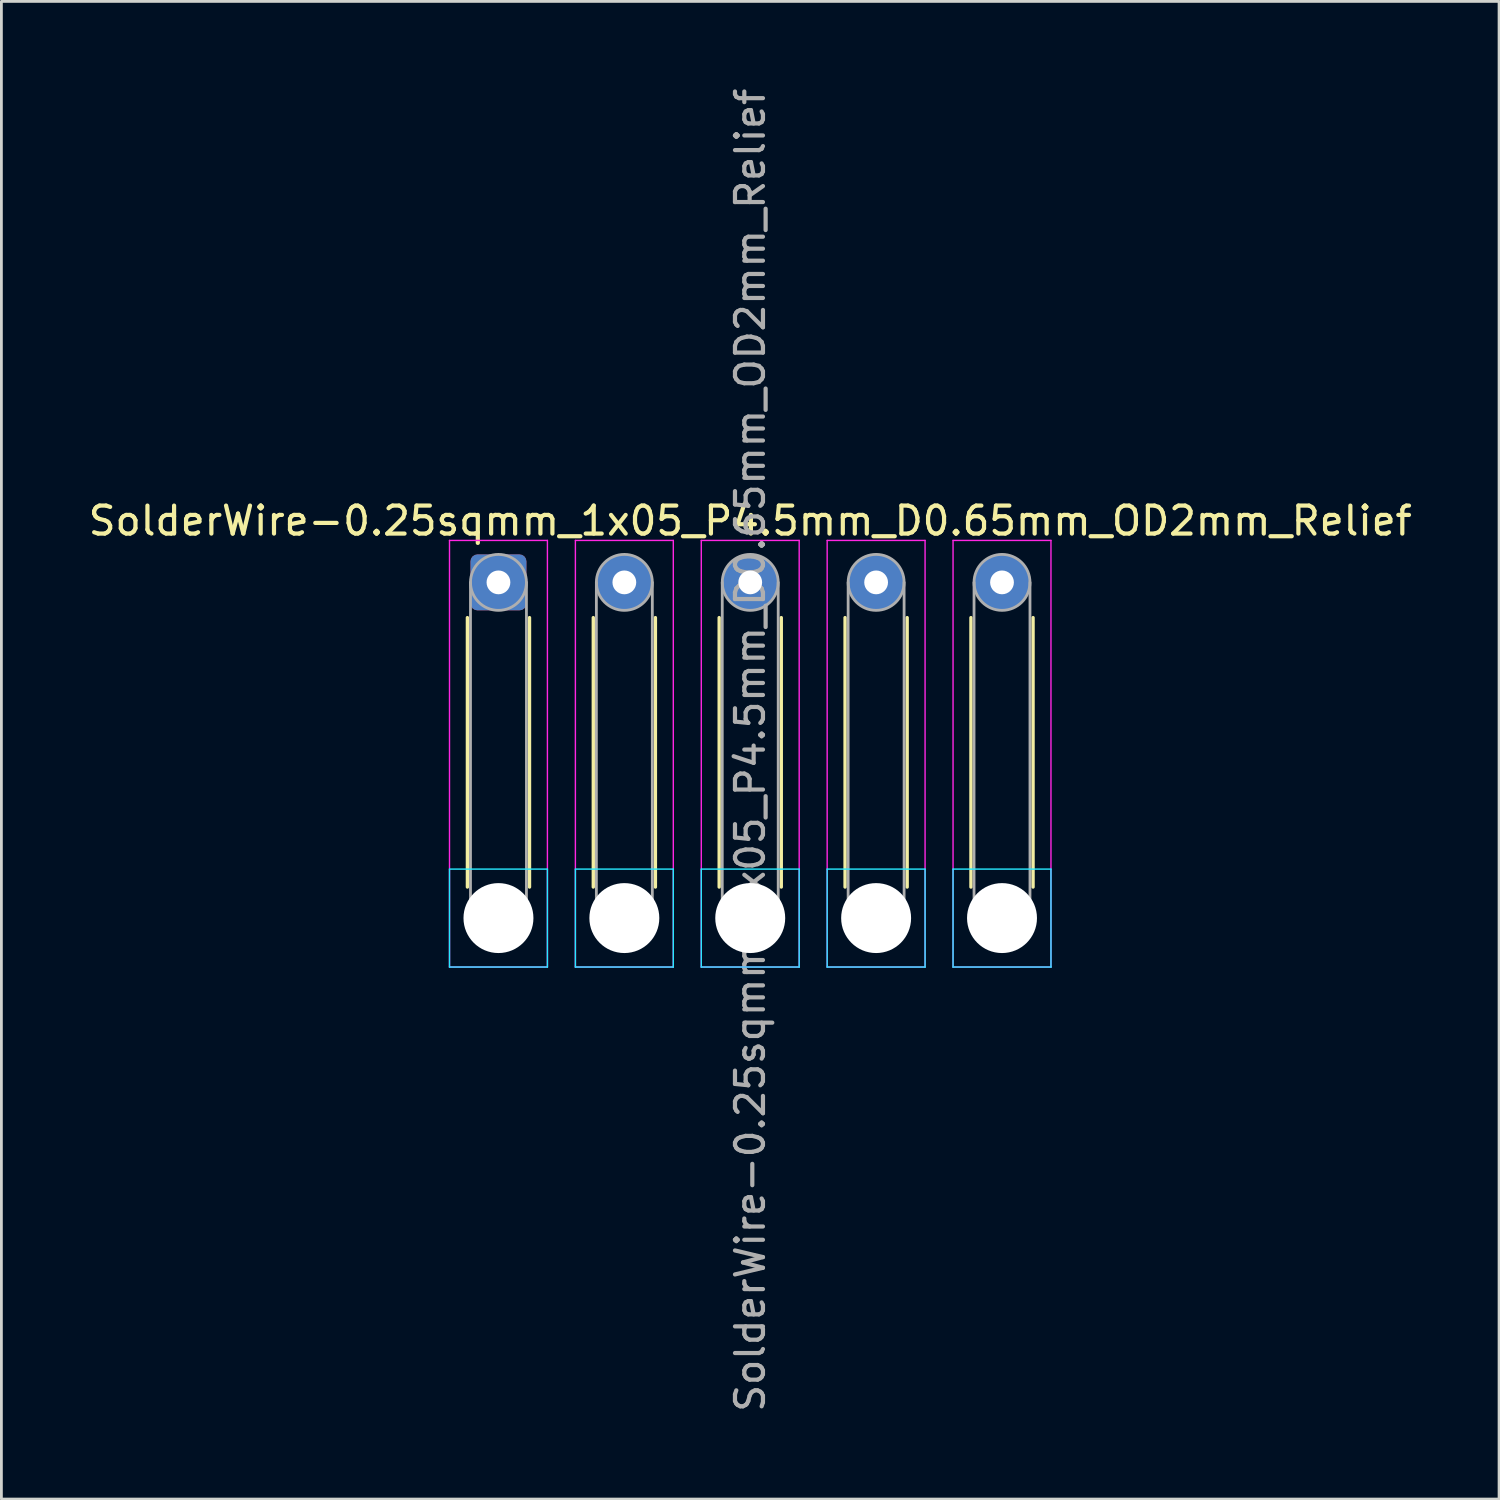
<source format=kicad_pcb>
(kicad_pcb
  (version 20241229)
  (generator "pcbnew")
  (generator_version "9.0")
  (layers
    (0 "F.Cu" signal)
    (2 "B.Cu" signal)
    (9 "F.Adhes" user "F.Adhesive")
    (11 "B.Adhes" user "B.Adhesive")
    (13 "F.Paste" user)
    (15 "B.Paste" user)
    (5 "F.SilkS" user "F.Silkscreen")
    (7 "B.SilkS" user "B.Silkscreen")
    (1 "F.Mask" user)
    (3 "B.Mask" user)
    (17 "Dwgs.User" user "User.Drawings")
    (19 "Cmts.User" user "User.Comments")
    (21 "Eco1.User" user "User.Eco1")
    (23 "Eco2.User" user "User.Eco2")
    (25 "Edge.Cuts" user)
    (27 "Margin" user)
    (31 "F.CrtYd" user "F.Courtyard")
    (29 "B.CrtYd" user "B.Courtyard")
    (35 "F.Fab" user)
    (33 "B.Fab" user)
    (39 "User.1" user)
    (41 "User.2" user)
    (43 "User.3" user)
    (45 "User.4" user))
  (footprint "SolderWire-0.25sqmm_1x05_P4.5mm_D0.65mm_OD2mm_Relief"
    (layer "F.Cu")
    (at 14.768 17.768)
    (property "Reference" "SolderWire-0.25sqmm_1x05_P4.5mm_D0.65mm_OD2mm_Relief" (at 9 -2.2 0) (layer "F.SilkS") (effects (font (size 1 1) (thickness 0.15))))
    (attr exclude_from_pos_files exclude_from_bom)
    (fp_line (start -1.11 1.26) (end -1.11 10.89) (stroke (width 0.12) (type solid)) (layer "F.SilkS"))
    (fp_line (start 1.11 1.26) (end 1.11 10.89) (stroke (width 0.12) (type solid)) (layer "F.SilkS"))
    (fp_line (start 3.39 1.26) (end 3.39 10.89) (stroke (width 0.12) (type solid)) (layer "F.SilkS"))
    (fp_line (start 5.61 1.26) (end 5.61 10.89) (stroke (width 0.12) (type solid)) (layer "F.SilkS"))
    (fp_line (start 7.89 1.26) (end 7.89 10.89) (stroke (width 0.12) (type solid)) (layer "F.SilkS"))
    (fp_line (start 10.11 1.26) (end 10.11 10.89) (stroke (width 0.12) (type solid)) (layer "F.SilkS"))
    (fp_line (start 12.39 1.26) (end 12.39 10.89) (stroke (width 0.12) (type solid)) (layer "F.SilkS"))
    (fp_line (start 14.61 1.26) (end 14.61 10.89) (stroke (width 0.12) (type solid)) (layer "F.SilkS"))
    (fp_line (start 16.89 1.26) (end 16.89 10.89) (stroke (width 0.12) (type solid)) (layer "F.SilkS"))
    (fp_line (start 19.11 1.26) (end 19.11 10.89) (stroke (width 0.12) (type solid)) (layer "F.SilkS"))
    (fp_line (start -1.75 10.25) (end -1.75 13.75) (stroke (width 0.05) (type solid)) (layer "B.CrtYd"))
    (fp_line (start -1.75 13.75) (end 1.75 13.75) (stroke (width 0.05) (type solid)) (layer "B.CrtYd"))
    (fp_line (start 1.75 10.25) (end -1.75 10.25) (stroke (width 0.05) (type solid)) (layer "B.CrtYd"))
    (fp_line (start 1.75 13.75) (end 1.75 10.25) (stroke (width 0.05) (type solid)) (layer "B.CrtYd"))
    (fp_line (start 2.75 10.25) (end 2.75 13.75) (stroke (width 0.05) (type solid)) (layer "B.CrtYd"))
    (fp_line (start 2.75 13.75) (end 6.25 13.75) (stroke (width 0.05) (type solid)) (layer "B.CrtYd"))
    (fp_line (start 6.25 10.25) (end 2.75 10.25) (stroke (width 0.05) (type solid)) (layer "B.CrtYd"))
    (fp_line (start 6.25 13.75) (end 6.25 10.25) (stroke (width 0.05) (type solid)) (layer "B.CrtYd"))
    (fp_line (start 7.25 10.25) (end 7.25 13.75) (stroke (width 0.05) (type solid)) (layer "B.CrtYd"))
    (fp_line (start 7.25 13.75) (end 10.75 13.75) (stroke (width 0.05) (type solid)) (layer "B.CrtYd"))
    (fp_line (start 10.75 10.25) (end 7.25 10.25) (stroke (width 0.05) (type solid)) (layer "B.CrtYd"))
    (fp_line (start 10.75 13.75) (end 10.75 10.25) (stroke (width 0.05) (type solid)) (layer "B.CrtYd"))
    (fp_line (start 11.75 10.25) (end 11.75 13.75) (stroke (width 0.05) (type solid)) (layer "B.CrtYd"))
    (fp_line (start 11.75 13.75) (end 15.25 13.75) (stroke (width 0.05) (type solid)) (layer "B.CrtYd"))
    (fp_line (start 15.25 10.25) (end 11.75 10.25) (stroke (width 0.05) (type solid)) (layer "B.CrtYd"))
    (fp_line (start 15.25 13.75) (end 15.25 10.25) (stroke (width 0.05) (type solid)) (layer "B.CrtYd"))
    (fp_line (start 16.25 10.25) (end 16.25 13.75) (stroke (width 0.05) (type solid)) (layer "B.CrtYd"))
    (fp_line (start 16.25 13.75) (end 19.75 13.75) (stroke (width 0.05) (type solid)) (layer "B.CrtYd"))
    (fp_line (start 19.75 10.25) (end 16.25 10.25) (stroke (width 0.05) (type solid)) (layer "B.CrtYd"))
    (fp_line (start 19.75 13.75) (end 19.75 10.25) (stroke (width 0.05) (type solid)) (layer "B.CrtYd"))
    (fp_line (start -1.75 -1.5) (end -1.75 13.75) (stroke (width 0.05) (type solid)) (layer "F.CrtYd"))
    (fp_line (start -1.75 13.75) (end 1.75 13.75) (stroke (width 0.05) (type solid)) (layer "F.CrtYd"))
    (fp_line (start 1.75 -1.5) (end -1.75 -1.5) (stroke (width 0.05) (type solid)) (layer "F.CrtYd"))
    (fp_line (start 1.75 13.75) (end 1.75 -1.5) (stroke (width 0.05) (type solid)) (layer "F.CrtYd"))
    (fp_line (start 2.75 -1.5) (end 2.75 13.75) (stroke (width 0.05) (type solid)) (layer "F.CrtYd"))
    (fp_line (start 2.75 13.75) (end 6.25 13.75) (stroke (width 0.05) (type solid)) (layer "F.CrtYd"))
    (fp_line (start 6.25 -1.5) (end 2.75 -1.5) (stroke (width 0.05) (type solid)) (layer "F.CrtYd"))
    (fp_line (start 6.25 13.75) (end 6.25 -1.5) (stroke (width 0.05) (type solid)) (layer "F.CrtYd"))
    (fp_line (start 7.25 -1.5) (end 7.25 13.75) (stroke (width 0.05) (type solid)) (layer "F.CrtYd"))
    (fp_line (start 7.25 13.75) (end 10.75 13.75) (stroke (width 0.05) (type solid)) (layer "F.CrtYd"))
    (fp_line (start 10.75 -1.5) (end 7.25 -1.5) (stroke (width 0.05) (type solid)) (layer "F.CrtYd"))
    (fp_line (start 10.75 13.75) (end 10.75 -1.5) (stroke (width 0.05) (type solid)) (layer "F.CrtYd"))
    (fp_line (start 11.75 -1.5) (end 11.75 13.75) (stroke (width 0.05) (type solid)) (layer "F.CrtYd"))
    (fp_line (start 11.75 13.75) (end 15.25 13.75) (stroke (width 0.05) (type solid)) (layer "F.CrtYd"))
    (fp_line (start 15.25 -1.5) (end 11.75 -1.5) (stroke (width 0.05) (type solid)) (layer "F.CrtYd"))
    (fp_line (start 15.25 13.75) (end 15.25 -1.5) (stroke (width 0.05) (type solid)) (layer "F.CrtYd"))
    (fp_line (start 16.25 -1.5) (end 16.25 13.75) (stroke (width 0.05) (type solid)) (layer "F.CrtYd"))
    (fp_line (start 16.25 13.75) (end 19.75 13.75) (stroke (width 0.05) (type solid)) (layer "F.CrtYd"))
    (fp_line (start 19.75 -1.5) (end 16.25 -1.5) (stroke (width 0.05) (type solid)) (layer "F.CrtYd"))
    (fp_line (start 19.75 13.75) (end 19.75 -1.5) (stroke (width 0.05) (type solid)) (layer "F.CrtYd"))
    (fp_line (start -1 0) (end -1 12) (stroke (width 0.1) (type solid)) (layer "F.Fab"))
    (fp_line (start 1 0) (end 1 12) (stroke (width 0.1) (type solid)) (layer "F.Fab"))
    (fp_line (start 3.5 0) (end 3.5 12) (stroke (width 0.1) (type solid)) (layer "F.Fab"))
    (fp_line (start 5.5 0) (end 5.5 12) (stroke (width 0.1) (type solid)) (layer "F.Fab"))
    (fp_line (start 8 0) (end 8 12) (stroke (width 0.1) (type solid)) (layer "F.Fab"))
    (fp_line (start 10 0) (end 10 12) (stroke (width 0.1) (type solid)) (layer "F.Fab"))
    (fp_line (start 12.5 0) (end 12.5 12) (stroke (width 0.1) (type solid)) (layer "F.Fab"))
    (fp_line (start 14.5 0) (end 14.5 12) (stroke (width 0.1) (type solid)) (layer "F.Fab"))
    (fp_line (start 17 0) (end 17 12) (stroke (width 0.1) (type solid)) (layer "F.Fab"))
    (fp_line (start 19 0) (end 19 12) (stroke (width 0.1) (type solid)) (layer "F.Fab"))
    (fp_circle (center 0 0) (end 1 0) (stroke (width 0.1) (type solid)) (fill no) (layer "F.Fab"))
    (fp_circle (center 0 12) (end 1 12) (stroke (width 0.1) (type solid)) (fill no) (layer "F.Fab"))
    (fp_circle (center 4.5 0) (end 5.5 0) (stroke (width 0.1) (type solid)) (fill no) (layer "F.Fab"))
    (fp_circle (center 4.5 12) (end 5.5 12) (stroke (width 0.1) (type solid)) (fill no) (layer "F.Fab"))
    (fp_circle (center 9 0) (end 10 0) (stroke (width 0.1) (type solid)) (fill no) (layer "F.Fab"))
    (fp_circle (center 9 12) (end 10 12) (stroke (width 0.1) (type solid)) (fill no) (layer "F.Fab"))
    (fp_circle (center 13.5 0) (end 14.5 0) (stroke (width 0.1) (type solid)) (fill no) (layer "F.Fab"))
    (fp_circle (center 13.5 12) (end 14.5 12) (stroke (width 0.1) (type solid)) (fill no) (layer "F.Fab"))
    (fp_circle (center 18 0) (end 19 0) (stroke (width 0.1) (type solid)) (fill no) (layer "F.Fab"))
    (fp_circle (center 18 12) (end 19 12) (stroke (width 0.1) (type solid)) (fill no) (layer "F.Fab"))
    (fp_text user "${REFERENCE}" (at 9 6 90) (layer "F.Fab") (effects (font (size 1 1) (thickness 0.15))))
    (pad "" np_thru_hole circle (at 0 12) (size 2.5 2.5) (drill 2.5) (layers "*.Cu" "*.Mask"))
    (pad "" np_thru_hole circle (at 4.5 12) (size 2.5 2.5) (drill 2.5) (layers "*.Cu" "*.Mask"))
    (pad "" np_thru_hole circle (at 9 12) (size 2.5 2.5) (drill 2.5) (layers "*.Cu" "*.Mask"))
    (pad "" np_thru_hole circle (at 13.5 12) (size 2.5 2.5) (drill 2.5) (layers "*.Cu" "*.Mask"))
    (pad "" np_thru_hole circle (at 18 12) (size 2.5 2.5) (drill 2.5) (layers "*.Cu" "*.Mask"))
    (pad "1" thru_hole roundrect (at 0 0) (size 2 2) (drill 0.85) (layers "*.Cu" "*.Mask") (roundrect_rratio 0.125))
    (pad "2" thru_hole circle (at 4.5 0) (size 2 2) (drill 0.85) (layers "*.Cu" "*.Mask"))
    (pad "3" thru_hole circle (at 9 0) (size 2 2) (drill 0.85) (layers "*.Cu" "*.Mask"))
    (pad "4" thru_hole circle (at 13.5 0) (size 2 2) (drill 0.85) (layers "*.Cu" "*.Mask"))
    (pad "5" thru_hole circle (at 18 0) (size 2 2) (drill 0.85) (layers "*.Cu" "*.Mask")))
  (gr_rect
    (start -3 -3)
    (end 50.536 50.536)
    (stroke (width 0.1) (type default))
    (fill no)
    (layer "Edge.Cuts")))
</source>
